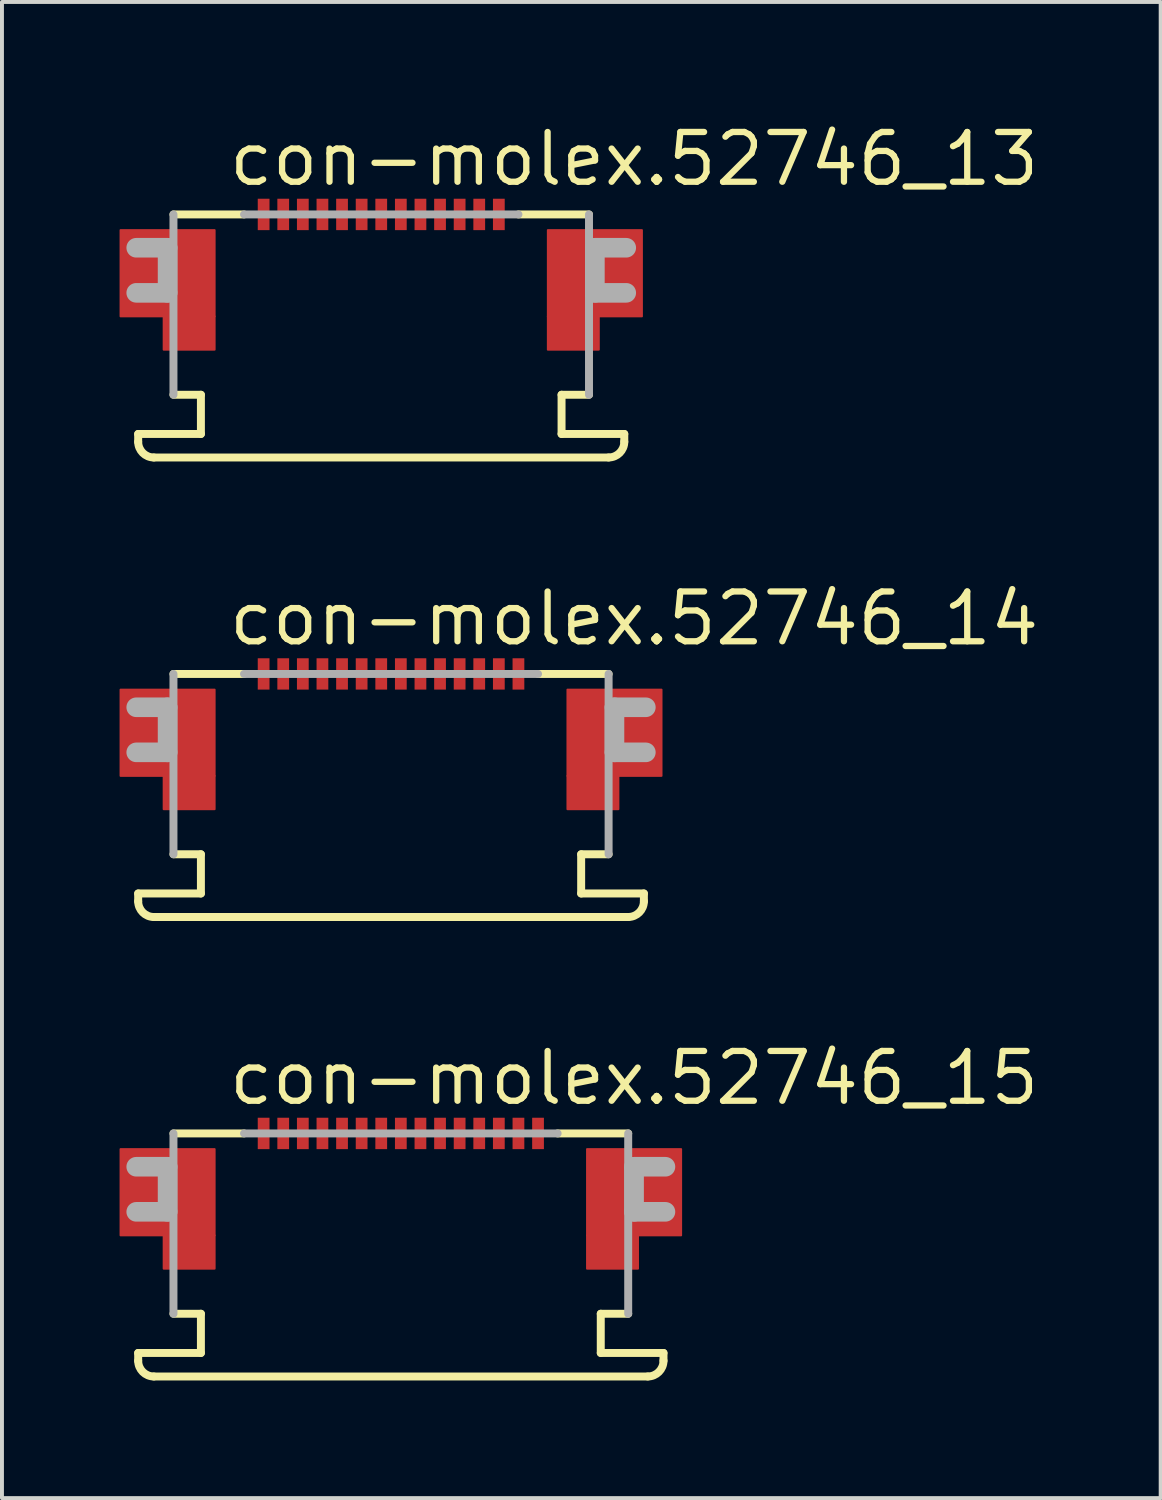
<source format=kicad_pcb>
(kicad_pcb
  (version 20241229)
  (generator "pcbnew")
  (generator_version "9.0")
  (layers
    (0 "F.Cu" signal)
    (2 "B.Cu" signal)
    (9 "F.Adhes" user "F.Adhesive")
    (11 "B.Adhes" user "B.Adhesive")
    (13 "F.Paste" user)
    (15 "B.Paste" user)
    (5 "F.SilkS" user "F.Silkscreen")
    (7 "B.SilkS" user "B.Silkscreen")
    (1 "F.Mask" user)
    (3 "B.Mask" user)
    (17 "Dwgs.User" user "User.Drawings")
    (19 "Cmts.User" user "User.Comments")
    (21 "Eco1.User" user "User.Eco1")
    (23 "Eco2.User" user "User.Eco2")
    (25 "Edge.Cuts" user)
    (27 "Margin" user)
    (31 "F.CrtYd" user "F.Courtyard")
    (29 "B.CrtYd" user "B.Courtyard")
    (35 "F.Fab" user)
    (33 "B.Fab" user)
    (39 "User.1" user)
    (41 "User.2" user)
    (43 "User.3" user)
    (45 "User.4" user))
  (footprint "con-molex.52746_14"
    (layer "F.Cu")
    (at 6.925 14.742)
    (property "Reference" "con-molex.52746_14" (at -4.215 -1.27 0) (layer "F.SilkS") (effects (font (size 1.27 1.27) (thickness 0.16)) (justify left bottom)))
    (attr smd)
    (fp_rect (start -6.9 2) (end -4.5 -0.2) (stroke (width 0.05) (type default)) (fill yes) (layer "F.Cu"))
    (fp_rect (start -5.8 2.85) (end -4.5 2) (stroke (width 0.05) (type default)) (fill yes) (layer "F.Cu"))
    (fp_rect (start 4.5 2) (end 6.9 -0.2) (stroke (width 0.05) (type default)) (fill yes) (layer "F.Cu"))
    (fp_rect (start 4.5 2.85) (end 5.8 2) (stroke (width 0.05) (type default)) (fill yes) (layer "F.Cu"))
    (fp_rect (start -6.9 2) (end -4.5 -0.2) (stroke (width 0.05) (type default)) (fill yes) (layer "F.Mask"))
    (fp_rect (start -5.8 2.85) (end -4.5 2) (stroke (width 0.05) (type default)) (fill yes) (layer "F.Mask"))
    (fp_rect (start -3.425 -0.175) (end -3.075 -1.025) (stroke (width 0.05) (type default)) (fill yes) (layer "F.Mask"))
    (fp_rect (start -2.925 -0.175) (end -2.575 -1.025) (stroke (width 0.05) (type default)) (fill yes) (layer "F.Mask"))
    (fp_rect (start -2.425 -0.175) (end -2.075 -1.025) (stroke (width 0.05) (type default)) (fill yes) (layer "F.Mask"))
    (fp_rect (start -1.925 -0.175) (end -1.575 -1.025) (stroke (width 0.05) (type default)) (fill yes) (layer "F.Mask"))
    (fp_rect (start -1.425 -0.175) (end -1.075 -1.025) (stroke (width 0.05) (type default)) (fill yes) (layer "F.Mask"))
    (fp_rect (start -0.925 -0.175) (end -0.575 -1.025) (stroke (width 0.05) (type default)) (fill yes) (layer "F.Mask"))
    (fp_rect (start -0.425 -0.175) (end -0.075 -1.025) (stroke (width 0.05) (type default)) (fill yes) (layer "F.Mask"))
    (fp_rect (start 0.075 -0.175) (end 0.425 -1.025) (stroke (width 0.05) (type default)) (fill yes) (layer "F.Mask"))
    (fp_rect (start 0.575 -0.175) (end 0.925 -1.025) (stroke (width 0.05) (type default)) (fill yes) (layer "F.Mask"))
    (fp_rect (start 1.075 -0.175) (end 1.425 -1.025) (stroke (width 0.05) (type default)) (fill yes) (layer "F.Mask"))
    (fp_rect (start 1.575 -0.175) (end 1.925 -1.025) (stroke (width 0.05) (type default)) (fill yes) (layer "F.Mask"))
    (fp_rect (start 2.075 -0.175) (end 2.425 -1.025) (stroke (width 0.05) (type default)) (fill yes) (layer "F.Mask"))
    (fp_rect (start 2.575 -0.175) (end 2.925 -1.025) (stroke (width 0.05) (type default)) (fill yes) (layer "F.Mask"))
    (fp_rect (start 3.075 -0.175) (end 3.425 -1.025) (stroke (width 0.05) (type default)) (fill yes) (layer "F.Mask"))
    (fp_rect (start 4.5 2) (end 6.9 -0.2) (stroke (width 0.05) (type default)) (fill yes) (layer "F.Mask"))
    (fp_rect (start 4.5 2.85) (end 5.8 2) (stroke (width 0.05) (type default)) (fill yes) (layer "F.Mask"))
    (fp_line (start -6.45 5) (end -4.85 5) (stroke (width 0.203) (type default)) (layer "F.SilkS"))
    (fp_line (start -6.45 5.2) (end -6.45 5) (stroke (width 0.203) (type default)) (layer "F.SilkS"))
    (fp_line (start -5.55 -0.6) (end -3.75 -0.6) (stroke (width 0.203) (type default)) (layer "F.SilkS"))
    (fp_line (start -4.85 4) (end -5.55 4) (stroke (width 0.203) (type default)) (layer "F.SilkS"))
    (fp_line (start -4.85 5) (end -4.85 4) (stroke (width 0.203) (type default)) (layer "F.SilkS"))
    (fp_line (start 3.75 -0.6) (end 5.55 -0.6) (stroke (width 0.203) (type default)) (layer "F.SilkS"))
    (fp_line (start 4.85 4) (end 4.85 5) (stroke (width 0.203) (type default)) (layer "F.SilkS"))
    (fp_line (start 4.85 5) (end 6.45 5) (stroke (width 0.203) (type default)) (layer "F.SilkS"))
    (fp_line (start 5.55 4) (end 4.85 4) (stroke (width 0.203) (type default)) (layer "F.SilkS"))
    (fp_line (start 6.05 5.6) (end -6.05 5.6) (stroke (width 0.203) (type default)) (layer "F.SilkS"))
    (fp_line (start 6.45 5) (end 6.45 5.2) (stroke (width 0.203) (type default)) (layer "F.SilkS"))
    (fp_arc (start -6.05 5.6) (mid -6.332843 5.482843) (end -6.45 5.2) (stroke (width 0.2032) (type default)) (layer "F.SilkS"))
    (fp_arc (start 6.45 5.2) (mid 6.332843 5.482843) (end 6.05 5.6) (stroke (width 0.2032) (type default)) (layer "F.SilkS"))
    (fp_rect (start -6.775 1.9) (end -4.6 -0.075) (stroke (width 0.05) (type default)) (fill yes) (layer "F.Paste"))
    (fp_rect (start -5.7 2.75) (end -4.6 1.9) (stroke (width 0.05) (type default)) (fill yes) (layer "F.Paste"))
    (fp_rect (start 4.6 1.9) (end 6.775 -0.075) (stroke (width 0.05) (type default)) (fill yes) (layer "F.Paste"))
    (fp_rect (start 4.6 2.75) (end 5.7 1.9) (stroke (width 0.05) (type default)) (fill yes) (layer "F.Paste"))
    (fp_line (start -6.5 0.25) (end -5.7 0.25) (stroke (width 0.5) (type default)) (layer "F.Fab"))
    (fp_line (start -5.7 0.25) (end -5.7 1.4) (stroke (width 0.5) (type default)) (layer "F.Fab"))
    (fp_line (start -5.7 1.4) (end -6.5 1.4) (stroke (width 0.5) (type default)) (layer "F.Fab"))
    (fp_line (start -5.55 4) (end -5.55 -0.6) (stroke (width 0.203) (type default)) (layer "F.Fab"))
    (fp_line (start -3.75 -0.6) (end 3.75 -0.6) (stroke (width 0.203) (type default)) (layer "F.Fab"))
    (fp_line (start 5.55 -0.6) (end 5.55 4) (stroke (width 0.203) (type default)) (layer "F.Fab"))
    (fp_line (start 5.7 0.25) (end 6.5 0.25) (stroke (width 0.5) (type default)) (layer "F.Fab"))
    (fp_line (start 5.7 1.4) (end 5.7 0.25) (stroke (width 0.5) (type default)) (layer "F.Fab"))
    (fp_line (start 6.5 1.4) (end 5.7 1.4) (stroke (width 0.5) (type default)) (layer "F.Fab"))
    (pad "1" smd roundrect (at -3.25 -0.6) (size 0.3 0.8) (layers "F.Cu" "F.Mask" "F.Paste") (roundrect_rratio 0.01))
    (pad "2" smd roundrect (at -2.75 -0.6) (size 0.3 0.8) (layers "F.Cu" "F.Mask" "F.Paste") (roundrect_rratio 0.01))
    (pad "3" smd roundrect (at -2.25 -0.6) (size 0.3 0.8) (layers "F.Cu" "F.Mask" "F.Paste") (roundrect_rratio 0.01))
    (pad "4" smd roundrect (at -1.75 -0.6) (size 0.3 0.8) (layers "F.Cu" "F.Mask" "F.Paste") (roundrect_rratio 0.01))
    (pad "5" smd roundrect (at -1.25 -0.6) (size 0.3 0.8) (layers "F.Cu" "F.Mask" "F.Paste") (roundrect_rratio 0.01))
    (pad "6" smd roundrect (at -0.75 -0.6) (size 0.3 0.8) (layers "F.Cu" "F.Mask" "F.Paste") (roundrect_rratio 0.01))
    (pad "7" smd roundrect (at -0.25 -0.6) (size 0.3 0.8) (layers "F.Cu" "F.Mask" "F.Paste") (roundrect_rratio 0.01))
    (pad "8" smd roundrect (at 0.25 -0.6) (size 0.3 0.8) (layers "F.Cu" "F.Mask" "F.Paste") (roundrect_rratio 0.01))
    (pad "9" smd roundrect (at 0.75 -0.6) (size 0.3 0.8) (layers "F.Cu" "F.Mask" "F.Paste") (roundrect_rratio 0.01))
    (pad "10" smd roundrect (at 1.25 -0.6) (size 0.3 0.8) (layers "F.Cu" "F.Mask" "F.Paste") (roundrect_rratio 0.01))
    (pad "11" smd roundrect (at 1.75 -0.6) (size 0.3 0.8) (layers "F.Cu" "F.Mask" "F.Paste") (roundrect_rratio 0.01))
    (pad "12" smd roundrect (at 2.25 -0.6) (size 0.3 0.8) (layers "F.Cu" "F.Mask" "F.Paste") (roundrect_rratio 0.01))
    (pad "13" smd roundrect (at 2.75 -0.6) (size 0.3 0.8) (layers "F.Cu" "F.Mask" "F.Paste") (roundrect_rratio 0.01))
    (pad "14" smd roundrect (at 3.25 -0.6) (size 0.3 0.8) (layers "F.Cu" "F.Mask" "F.Paste") (roundrect_rratio 0.01)))
  (footprint "con-molex.52746_15"
    (layer "F.Cu")
    (at 7.175 26.463)
    (property "Reference" "con-molex.52746_15" (at -4.465 -1.27 0) (layer "F.SilkS") (effects (font (size 1.27 1.27) (thickness 0.16)) (justify left bottom)))
    (attr smd)
    (fp_rect (start -7.15 2) (end -4.75 -0.2) (stroke (width 0.05) (type default)) (fill yes) (layer "F.Cu"))
    (fp_rect (start -6.05 2.85) (end -4.75 2) (stroke (width 0.05) (type default)) (fill yes) (layer "F.Cu"))
    (fp_rect (start 4.75 2) (end 7.15 -0.2) (stroke (width 0.05) (type default)) (fill yes) (layer "F.Cu"))
    (fp_rect (start 4.75 2.85) (end 6.05 2) (stroke (width 0.05) (type default)) (fill yes) (layer "F.Cu"))
    (fp_rect (start -7.15 2) (end -4.75 -0.2) (stroke (width 0.05) (type default)) (fill yes) (layer "F.Mask"))
    (fp_rect (start -6.05 2.85) (end -4.75 2) (stroke (width 0.05) (type default)) (fill yes) (layer "F.Mask"))
    (fp_rect (start -3.675 -0.175) (end -3.325 -1.025) (stroke (width 0.05) (type default)) (fill yes) (layer "F.Mask"))
    (fp_rect (start -3.175 -0.175) (end -2.825 -1.025) (stroke (width 0.05) (type default)) (fill yes) (layer "F.Mask"))
    (fp_rect (start -2.675 -0.175) (end -2.325 -1.025) (stroke (width 0.05) (type default)) (fill yes) (layer "F.Mask"))
    (fp_rect (start -2.175 -0.175) (end -1.825 -1.025) (stroke (width 0.05) (type default)) (fill yes) (layer "F.Mask"))
    (fp_rect (start -1.675 -0.175) (end -1.325 -1.025) (stroke (width 0.05) (type default)) (fill yes) (layer "F.Mask"))
    (fp_rect (start -1.175 -0.175) (end -0.825 -1.025) (stroke (width 0.05) (type default)) (fill yes) (layer "F.Mask"))
    (fp_rect (start -0.675 -0.175) (end -0.325 -1.025) (stroke (width 0.05) (type default)) (fill yes) (layer "F.Mask"))
    (fp_rect (start -0.175 -0.175) (end 0.175 -1.025) (stroke (width 0.05) (type default)) (fill yes) (layer "F.Mask"))
    (fp_rect (start 0.325 -0.175) (end 0.675 -1.025) (stroke (width 0.05) (type default)) (fill yes) (layer "F.Mask"))
    (fp_rect (start 0.825 -0.175) (end 1.175 -1.025) (stroke (width 0.05) (type default)) (fill yes) (layer "F.Mask"))
    (fp_rect (start 1.325 -0.175) (end 1.675 -1.025) (stroke (width 0.05) (type default)) (fill yes) (layer "F.Mask"))
    (fp_rect (start 1.825 -0.175) (end 2.175 -1.025) (stroke (width 0.05) (type default)) (fill yes) (layer "F.Mask"))
    (fp_rect (start 2.325 -0.175) (end 2.675 -1.025) (stroke (width 0.05) (type default)) (fill yes) (layer "F.Mask"))
    (fp_rect (start 2.825 -0.175) (end 3.175 -1.025) (stroke (width 0.05) (type default)) (fill yes) (layer "F.Mask"))
    (fp_rect (start 3.325 -0.175) (end 3.675 -1.025) (stroke (width 0.05) (type default)) (fill yes) (layer "F.Mask"))
    (fp_rect (start 4.75 2) (end 7.15 -0.2) (stroke (width 0.05) (type default)) (fill yes) (layer "F.Mask"))
    (fp_rect (start 4.75 2.85) (end 6.05 2) (stroke (width 0.05) (type default)) (fill yes) (layer "F.Mask"))
    (fp_line (start -6.7 5) (end -5.1 5) (stroke (width 0.203) (type default)) (layer "F.SilkS"))
    (fp_line (start -6.7 5.2) (end -6.7 5) (stroke (width 0.203) (type default)) (layer "F.SilkS"))
    (fp_line (start -5.8 -0.6) (end -4 -0.6) (stroke (width 0.203) (type default)) (layer "F.SilkS"))
    (fp_line (start -5.1 4) (end -5.8 4) (stroke (width 0.203) (type default)) (layer "F.SilkS"))
    (fp_line (start -5.1 5) (end -5.1 4) (stroke (width 0.203) (type default)) (layer "F.SilkS"))
    (fp_line (start 4 -0.6) (end 5.8 -0.6) (stroke (width 0.203) (type default)) (layer "F.SilkS"))
    (fp_line (start 5.1 4) (end 5.1 5) (stroke (width 0.203) (type default)) (layer "F.SilkS"))
    (fp_line (start 5.1 5) (end 6.7 5) (stroke (width 0.203) (type default)) (layer "F.SilkS"))
    (fp_line (start 5.8 4) (end 5.1 4) (stroke (width 0.203) (type default)) (layer "F.SilkS"))
    (fp_line (start 6.3 5.6) (end -6.3 5.6) (stroke (width 0.203) (type default)) (layer "F.SilkS"))
    (fp_line (start 6.7 5) (end 6.7 5.2) (stroke (width 0.203) (type default)) (layer "F.SilkS"))
    (fp_arc (start -6.3 5.6) (mid -6.582843 5.482843) (end -6.7 5.2) (stroke (width 0.2032) (type default)) (layer "F.SilkS"))
    (fp_arc (start 6.7 5.2) (mid 6.582843 5.482843) (end 6.3 5.6) (stroke (width 0.2032) (type default)) (layer "F.SilkS"))
    (fp_rect (start -7.025 1.9) (end -4.85 -0.075) (stroke (width 0.05) (type default)) (fill yes) (layer "F.Paste"))
    (fp_rect (start -5.95 2.75) (end -4.85 1.9) (stroke (width 0.05) (type default)) (fill yes) (layer "F.Paste"))
    (fp_rect (start 4.85 1.9) (end 7.025 -0.075) (stroke (width 0.05) (type default)) (fill yes) (layer "F.Paste"))
    (fp_rect (start 4.85 2.75) (end 5.95 1.9) (stroke (width 0.05) (type default)) (fill yes) (layer "F.Paste"))
    (fp_line (start -6.75 0.25) (end -5.95 0.25) (stroke (width 0.5) (type default)) (layer "F.Fab"))
    (fp_line (start -5.95 0.25) (end -5.95 1.4) (stroke (width 0.5) (type default)) (layer "F.Fab"))
    (fp_line (start -5.95 1.4) (end -6.75 1.4) (stroke (width 0.5) (type default)) (layer "F.Fab"))
    (fp_line (start -5.8 4) (end -5.8 -0.6) (stroke (width 0.203) (type default)) (layer "F.Fab"))
    (fp_line (start -4 -0.6) (end 4 -0.6) (stroke (width 0.203) (type default)) (layer "F.Fab"))
    (fp_line (start 5.8 -0.6) (end 5.8 4) (stroke (width 0.203) (type default)) (layer "F.Fab"))
    (fp_line (start 5.95 0.25) (end 6.75 0.25) (stroke (width 0.5) (type default)) (layer "F.Fab"))
    (fp_line (start 5.95 1.4) (end 5.95 0.25) (stroke (width 0.5) (type default)) (layer "F.Fab"))
    (fp_line (start 6.75 1.4) (end 5.95 1.4) (stroke (width 0.5) (type default)) (layer "F.Fab"))
    (pad "1" smd roundrect (at -3.5 -0.6) (size 0.3 0.8) (layers "F.Cu" "F.Mask" "F.Paste") (roundrect_rratio 0.01))
    (pad "2" smd roundrect (at -3 -0.6) (size 0.3 0.8) (layers "F.Cu" "F.Mask" "F.Paste") (roundrect_rratio 0.01))
    (pad "3" smd roundrect (at -2.5 -0.6) (size 0.3 0.8) (layers "F.Cu" "F.Mask" "F.Paste") (roundrect_rratio 0.01))
    (pad "4" smd roundrect (at -2 -0.6) (size 0.3 0.8) (layers "F.Cu" "F.Mask" "F.Paste") (roundrect_rratio 0.01))
    (pad "5" smd roundrect (at -1.5 -0.6) (size 0.3 0.8) (layers "F.Cu" "F.Mask" "F.Paste") (roundrect_rratio 0.01))
    (pad "6" smd roundrect (at -1 -0.6) (size 0.3 0.8) (layers "F.Cu" "F.Mask" "F.Paste") (roundrect_rratio 0.01))
    (pad "7" smd roundrect (at -0.5 -0.6) (size 0.3 0.8) (layers "F.Cu" "F.Mask" "F.Paste") (roundrect_rratio 0.01))
    (pad "8" smd roundrect (at 0 -0.6) (size 0.3 0.8) (layers "F.Cu" "F.Mask" "F.Paste") (roundrect_rratio 0.01))
    (pad "9" smd roundrect (at 0.5 -0.6) (size 0.3 0.8) (layers "F.Cu" "F.Mask" "F.Paste") (roundrect_rratio 0.01))
    (pad "10" smd roundrect (at 1 -0.6) (size 0.3 0.8) (layers "F.Cu" "F.Mask" "F.Paste") (roundrect_rratio 0.01))
    (pad "11" smd roundrect (at 1.5 -0.6) (size 0.3 0.8) (layers "F.Cu" "F.Mask" "F.Paste") (roundrect_rratio 0.01))
    (pad "12" smd roundrect (at 2 -0.6) (size 0.3 0.8) (layers "F.Cu" "F.Mask" "F.Paste") (roundrect_rratio 0.01))
    (pad "13" smd roundrect (at 2.5 -0.6) (size 0.3 0.8) (layers "F.Cu" "F.Mask" "F.Paste") (roundrect_rratio 0.01))
    (pad "14" smd roundrect (at 3 -0.6) (size 0.3 0.8) (layers "F.Cu" "F.Mask" "F.Paste") (roundrect_rratio 0.01))
    (pad "15" smd roundrect (at 3.5 -0.6) (size 0.3 0.8) (layers "F.Cu" "F.Mask" "F.Paste") (roundrect_rratio 0.01)))
  (footprint "con-molex.52746_13"
    (layer "F.Cu")
    (at 6.675 3.02)
    (property "Reference" "con-molex.52746_13" (at -3.965 -1.27 0) (layer "F.SilkS") (effects (font (size 1.27 1.27) (thickness 0.16)) (justify left bottom)))
    (attr smd)
    (fp_rect (start -6.65 2) (end -4.25 -0.2) (stroke (width 0.05) (type default)) (fill yes) (layer "F.Cu"))
    (fp_rect (start -5.55 2.85) (end -4.25 2) (stroke (width 0.05) (type default)) (fill yes) (layer "F.Cu"))
    (fp_rect (start 4.25 2) (end 6.65 -0.2) (stroke (width 0.05) (type default)) (fill yes) (layer "F.Cu"))
    (fp_rect (start 4.25 2.85) (end 5.55 2) (stroke (width 0.05) (type default)) (fill yes) (layer "F.Cu"))
    (fp_rect (start -6.65 2) (end -4.25 -0.2) (stroke (width 0.05) (type default)) (fill yes) (layer "F.Mask"))
    (fp_rect (start -5.55 2.85) (end -4.25 2) (stroke (width 0.05) (type default)) (fill yes) (layer "F.Mask"))
    (fp_rect (start -3.175 -0.175) (end -2.825 -1.025) (stroke (width 0.05) (type default)) (fill yes) (layer "F.Mask"))
    (fp_rect (start -2.675 -0.175) (end -2.325 -1.025) (stroke (width 0.05) (type default)) (fill yes) (layer "F.Mask"))
    (fp_rect (start -2.175 -0.175) (end -1.825 -1.025) (stroke (width 0.05) (type default)) (fill yes) (layer "F.Mask"))
    (fp_rect (start -1.675 -0.175) (end -1.325 -1.025) (stroke (width 0.05) (type default)) (fill yes) (layer "F.Mask"))
    (fp_rect (start -1.175 -0.175) (end -0.825 -1.025) (stroke (width 0.05) (type default)) (fill yes) (layer "F.Mask"))
    (fp_rect (start -0.675 -0.175) (end -0.325 -1.025) (stroke (width 0.05) (type default)) (fill yes) (layer "F.Mask"))
    (fp_rect (start -0.175 -0.175) (end 0.175 -1.025) (stroke (width 0.05) (type default)) (fill yes) (layer "F.Mask"))
    (fp_rect (start 0.325 -0.175) (end 0.675 -1.025) (stroke (width 0.05) (type default)) (fill yes) (layer "F.Mask"))
    (fp_rect (start 0.825 -0.175) (end 1.175 -1.025) (stroke (width 0.05) (type default)) (fill yes) (layer "F.Mask"))
    (fp_rect (start 1.325 -0.175) (end 1.675 -1.025) (stroke (width 0.05) (type default)) (fill yes) (layer "F.Mask"))
    (fp_rect (start 1.825 -0.175) (end 2.175 -1.025) (stroke (width 0.05) (type default)) (fill yes) (layer "F.Mask"))
    (fp_rect (start 2.325 -0.175) (end 2.675 -1.025) (stroke (width 0.05) (type default)) (fill yes) (layer "F.Mask"))
    (fp_rect (start 2.825 -0.175) (end 3.175 -1.025) (stroke (width 0.05) (type default)) (fill yes) (layer "F.Mask"))
    (fp_rect (start 4.25 2) (end 6.65 -0.2) (stroke (width 0.05) (type default)) (fill yes) (layer "F.Mask"))
    (fp_rect (start 4.25 2.85) (end 5.55 2) (stroke (width 0.05) (type default)) (fill yes) (layer "F.Mask"))
    (fp_line (start -6.2 5) (end -4.6 5) (stroke (width 0.203) (type default)) (layer "F.SilkS"))
    (fp_line (start -6.2 5.2) (end -6.2 5) (stroke (width 0.203) (type default)) (layer "F.SilkS"))
    (fp_line (start -5.3 -0.6) (end -3.5 -0.6) (stroke (width 0.203) (type default)) (layer "F.SilkS"))
    (fp_line (start -4.6 4) (end -5.3 4) (stroke (width 0.203) (type default)) (layer "F.SilkS"))
    (fp_line (start -4.6 5) (end -4.6 4) (stroke (width 0.203) (type default)) (layer "F.SilkS"))
    (fp_line (start 3.5 -0.6) (end 5.3 -0.6) (stroke (width 0.203) (type default)) (layer "F.SilkS"))
    (fp_line (start 4.6 4) (end 4.6 5) (stroke (width 0.203) (type default)) (layer "F.SilkS"))
    (fp_line (start 4.6 5) (end 6.2 5) (stroke (width 0.203) (type default)) (layer "F.SilkS"))
    (fp_line (start 5.3 4) (end 4.6 4) (stroke (width 0.203) (type default)) (layer "F.SilkS"))
    (fp_line (start 5.8 5.6) (end -5.8 5.6) (stroke (width 0.203) (type default)) (layer "F.SilkS"))
    (fp_line (start 6.2 5) (end 6.2 5.2) (stroke (width 0.203) (type default)) (layer "F.SilkS"))
    (fp_arc (start -5.8 5.6) (mid -6.082843 5.482843) (end -6.2 5.2) (stroke (width 0.2032) (type default)) (layer "F.SilkS"))
    (fp_arc (start 6.2 5.2) (mid 6.082843 5.482843) (end 5.8 5.6) (stroke (width 0.2032) (type default)) (layer "F.SilkS"))
    (fp_rect (start -6.525 1.9) (end -4.35 -0.075) (stroke (width 0.05) (type default)) (fill yes) (layer "F.Paste"))
    (fp_rect (start -5.45 2.75) (end -4.35 1.9) (stroke (width 0.05) (type default)) (fill yes) (layer "F.Paste"))
    (fp_rect (start 4.35 1.9) (end 6.525 -0.075) (stroke (width 0.05) (type default)) (fill yes) (layer "F.Paste"))
    (fp_rect (start 4.35 2.75) (end 5.45 1.9) (stroke (width 0.05) (type default)) (fill yes) (layer "F.Paste"))
    (fp_line (start -6.25 0.25) (end -5.45 0.25) (stroke (width 0.5) (type default)) (layer "F.Fab"))
    (fp_line (start -5.45 0.25) (end -5.45 1.4) (stroke (width 0.5) (type default)) (layer "F.Fab"))
    (fp_line (start -5.45 1.4) (end -6.25 1.4) (stroke (width 0.5) (type default)) (layer "F.Fab"))
    (fp_line (start -5.3 4) (end -5.3 -0.6) (stroke (width 0.203) (type default)) (layer "F.Fab"))
    (fp_line (start -3.5 -0.6) (end 3.5 -0.6) (stroke (width 0.203) (type default)) (layer "F.Fab"))
    (fp_line (start 5.3 -0.6) (end 5.3 4) (stroke (width 0.203) (type default)) (layer "F.Fab"))
    (fp_line (start 5.45 0.25) (end 6.25 0.25) (stroke (width 0.5) (type default)) (layer "F.Fab"))
    (fp_line (start 5.45 1.4) (end 5.45 0.25) (stroke (width 0.5) (type default)) (layer "F.Fab"))
    (fp_line (start 6.25 1.4) (end 5.45 1.4) (stroke (width 0.5) (type default)) (layer "F.Fab"))
    (pad "1" smd roundrect (at -3 -0.6) (size 0.3 0.8) (layers "F.Cu" "F.Mask" "F.Paste") (roundrect_rratio 0.01))
    (pad "2" smd roundrect (at -2.5 -0.6) (size 0.3 0.8) (layers "F.Cu" "F.Mask" "F.Paste") (roundrect_rratio 0.01))
    (pad "3" smd roundrect (at -2 -0.6) (size 0.3 0.8) (layers "F.Cu" "F.Mask" "F.Paste") (roundrect_rratio 0.01))
    (pad "4" smd roundrect (at -1.5 -0.6) (size 0.3 0.8) (layers "F.Cu" "F.Mask" "F.Paste") (roundrect_rratio 0.01))
    (pad "5" smd roundrect (at -1 -0.6) (size 0.3 0.8) (layers "F.Cu" "F.Mask" "F.Paste") (roundrect_rratio 0.01))
    (pad "6" smd roundrect (at -0.5 -0.6) (size 0.3 0.8) (layers "F.Cu" "F.Mask" "F.Paste") (roundrect_rratio 0.01))
    (pad "7" smd roundrect (at 0 -0.6) (size 0.3 0.8) (layers "F.Cu" "F.Mask" "F.Paste") (roundrect_rratio 0.01))
    (pad "8" smd roundrect (at 0.5 -0.6) (size 0.3 0.8) (layers "F.Cu" "F.Mask" "F.Paste") (roundrect_rratio 0.01))
    (pad "9" smd roundrect (at 1 -0.6) (size 0.3 0.8) (layers "F.Cu" "F.Mask" "F.Paste") (roundrect_rratio 0.01))
    (pad "10" smd roundrect (at 1.5 -0.6) (size 0.3 0.8) (layers "F.Cu" "F.Mask" "F.Paste") (roundrect_rratio 0.01))
    (pad "11" smd roundrect (at 2 -0.6) (size 0.3 0.8) (layers "F.Cu" "F.Mask" "F.Paste") (roundrect_rratio 0.01))
    (pad "12" smd roundrect (at 2.5 -0.6) (size 0.3 0.8) (layers "F.Cu" "F.Mask" "F.Paste") (roundrect_rratio 0.01))
    (pad "13" smd roundrect (at 3 -0.6) (size 0.3 0.8) (layers "F.Cu" "F.Mask" "F.Paste") (roundrect_rratio 0.01)))
  (gr_rect
    (start -3 -3)
    (end 26.558 35.165)
    (stroke (width 0.1) (type default))
    (fill no)
    (layer "Edge.Cuts")))
</source>
